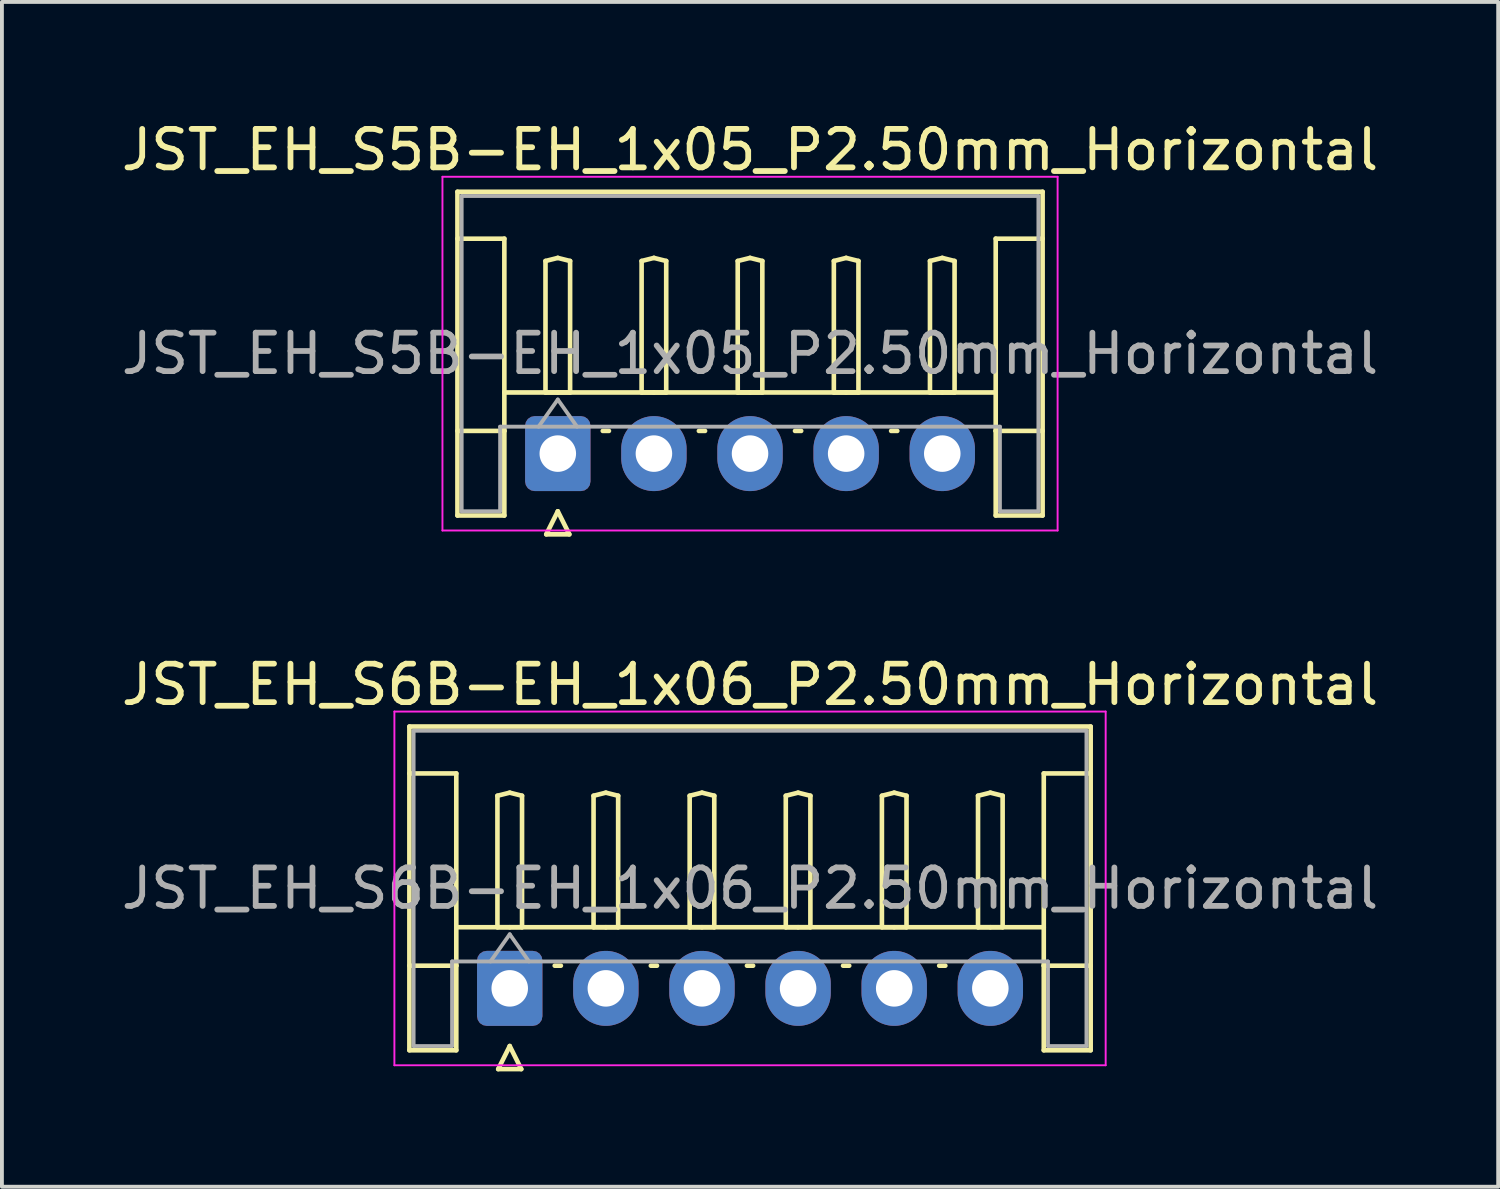
<source format=kicad_pcb>
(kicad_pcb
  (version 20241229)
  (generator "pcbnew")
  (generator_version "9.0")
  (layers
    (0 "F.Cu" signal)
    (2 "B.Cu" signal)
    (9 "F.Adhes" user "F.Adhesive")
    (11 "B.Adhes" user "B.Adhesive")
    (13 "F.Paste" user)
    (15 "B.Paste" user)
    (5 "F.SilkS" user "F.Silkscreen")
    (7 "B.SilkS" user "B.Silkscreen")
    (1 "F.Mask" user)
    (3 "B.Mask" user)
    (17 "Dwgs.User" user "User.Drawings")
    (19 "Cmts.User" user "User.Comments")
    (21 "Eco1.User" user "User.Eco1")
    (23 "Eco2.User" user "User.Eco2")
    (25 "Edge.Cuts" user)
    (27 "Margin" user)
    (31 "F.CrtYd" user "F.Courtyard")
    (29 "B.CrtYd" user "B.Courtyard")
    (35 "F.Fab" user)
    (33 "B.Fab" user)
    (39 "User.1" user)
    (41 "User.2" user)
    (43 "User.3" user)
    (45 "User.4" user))
  (footprint "JST_EH_S6B-EH_1x06_P2.50mm_Horizontal"
    (layer "F.Cu")
    (at 10.208 22.657)
    (property "Reference" "JST_EH_S6B-EH_1x06_P2.50mm_Horizontal" (at 6.25 -7.9 0) (layer "F.SilkS") (effects (font (size 1 1) (thickness 0.15))))
    (attr through_hole)
    (fp_line (start -2.61 -6.81) (end 15.11 -6.81) (stroke (width 0.12) (type solid)) (layer "F.SilkS"))
    (fp_line (start -2.61 -5.59) (end -1.39 -5.59) (stroke (width 0.12) (type solid)) (layer "F.SilkS"))
    (fp_line (start -2.61 1.61) (end -2.61 -6.81) (stroke (width 0.12) (type solid)) (layer "F.SilkS"))
    (fp_line (start -1.39 -5.59) (end -1.39 -0.59) (stroke (width 0.12) (type solid)) (layer "F.SilkS"))
    (fp_line (start -1.39 -1.59) (end 13.89 -1.59) (stroke (width 0.12) (type solid)) (layer "F.SilkS"))
    (fp_line (start -1.39 -0.59) (end -2.61 -0.59) (stroke (width 0.12) (type solid)) (layer "F.SilkS"))
    (fp_line (start -1.39 -0.59) (end -1.39 1.61) (stroke (width 0.12) (type solid)) (layer "F.SilkS"))
    (fp_line (start -1.39 1.61) (end -2.61 1.61) (stroke (width 0.12) (type solid)) (layer "F.SilkS"))
    (fp_line (start -0.32 -5.01) (end 0 -5.09) (stroke (width 0.12) (type solid)) (layer "F.SilkS"))
    (fp_line (start -0.32 -1.59) (end -0.32 -5.01) (stroke (width 0.12) (type solid)) (layer "F.SilkS"))
    (fp_line (start -0.3 2.1) (end 0.3 2.1) (stroke (width 0.12) (type solid)) (layer "F.SilkS"))
    (fp_line (start 0 -5.09) (end 0.32 -5.01) (stroke (width 0.12) (type solid)) (layer "F.SilkS"))
    (fp_line (start 0 -1.59) (end -0.32 -1.59) (stroke (width 0.12) (type solid)) (layer "F.SilkS"))
    (fp_line (start 0 1.5) (end -0.3 2.1) (stroke (width 0.12) (type solid)) (layer "F.SilkS"))
    (fp_line (start 0.3 2.1) (end 0 1.5) (stroke (width 0.12) (type solid)) (layer "F.SilkS"))
    (fp_line (start 0.32 -5.01) (end 0.32 -1.59) (stroke (width 0.12) (type solid)) (layer "F.SilkS"))
    (fp_line (start 0.32 -1.59) (end 0 -1.59) (stroke (width 0.12) (type solid)) (layer "F.SilkS"))
    (fp_line (start 1.17 -0.59) (end 1.33 -0.59) (stroke (width 0.12) (type solid)) (layer "F.SilkS"))
    (fp_line (start 2.18 -5.01) (end 2.5 -5.09) (stroke (width 0.12) (type solid)) (layer "F.SilkS"))
    (fp_line (start 2.18 -1.59) (end 2.18 -5.01) (stroke (width 0.12) (type solid)) (layer "F.SilkS"))
    (fp_line (start 2.5 -5.09) (end 2.82 -5.01) (stroke (width 0.12) (type solid)) (layer "F.SilkS"))
    (fp_line (start 2.5 -1.59) (end 2.18 -1.59) (stroke (width 0.12) (type solid)) (layer "F.SilkS"))
    (fp_line (start 2.82 -5.01) (end 2.82 -1.59) (stroke (width 0.12) (type solid)) (layer "F.SilkS"))
    (fp_line (start 2.82 -1.59) (end 2.5 -1.59) (stroke (width 0.12) (type solid)) (layer "F.SilkS"))
    (fp_line (start 3.67 -0.59) (end 3.83 -0.59) (stroke (width 0.12) (type solid)) (layer "F.SilkS"))
    (fp_line (start 4.68 -5.01) (end 5 -5.09) (stroke (width 0.12) (type solid)) (layer "F.SilkS"))
    (fp_line (start 4.68 -1.59) (end 4.68 -5.01) (stroke (width 0.12) (type solid)) (layer "F.SilkS"))
    (fp_line (start 5 -5.09) (end 5.32 -5.01) (stroke (width 0.12) (type solid)) (layer "F.SilkS"))
    (fp_line (start 5 -1.59) (end 4.68 -1.59) (stroke (width 0.12) (type solid)) (layer "F.SilkS"))
    (fp_line (start 5.32 -5.01) (end 5.32 -1.59) (stroke (width 0.12) (type solid)) (layer "F.SilkS"))
    (fp_line (start 5.32 -1.59) (end 5 -1.59) (stroke (width 0.12) (type solid)) (layer "F.SilkS"))
    (fp_line (start 6.17 -0.59) (end 6.33 -0.59) (stroke (width 0.12) (type solid)) (layer "F.SilkS"))
    (fp_line (start 7.18 -5.01) (end 7.5 -5.09) (stroke (width 0.12) (type solid)) (layer "F.SilkS"))
    (fp_line (start 7.18 -1.59) (end 7.18 -5.01) (stroke (width 0.12) (type solid)) (layer "F.SilkS"))
    (fp_line (start 7.5 -5.09) (end 7.82 -5.01) (stroke (width 0.12) (type solid)) (layer "F.SilkS"))
    (fp_line (start 7.5 -1.59) (end 7.18 -1.59) (stroke (width 0.12) (type solid)) (layer "F.SilkS"))
    (fp_line (start 7.82 -5.01) (end 7.82 -1.59) (stroke (width 0.12) (type solid)) (layer "F.SilkS"))
    (fp_line (start 7.82 -1.59) (end 7.5 -1.59) (stroke (width 0.12) (type solid)) (layer "F.SilkS"))
    (fp_line (start 8.67 -0.59) (end 8.83 -0.59) (stroke (width 0.12) (type solid)) (layer "F.SilkS"))
    (fp_line (start 9.68 -5.01) (end 10 -5.09) (stroke (width 0.12) (type solid)) (layer "F.SilkS"))
    (fp_line (start 9.68 -1.59) (end 9.68 -5.01) (stroke (width 0.12) (type solid)) (layer "F.SilkS"))
    (fp_line (start 10 -5.09) (end 10.32 -5.01) (stroke (width 0.12) (type solid)) (layer "F.SilkS"))
    (fp_line (start 10 -1.59) (end 9.68 -1.59) (stroke (width 0.12) (type solid)) (layer "F.SilkS"))
    (fp_line (start 10.32 -5.01) (end 10.32 -1.59) (stroke (width 0.12) (type solid)) (layer "F.SilkS"))
    (fp_line (start 10.32 -1.59) (end 10 -1.59) (stroke (width 0.12) (type solid)) (layer "F.SilkS"))
    (fp_line (start 11.17 -0.59) (end 11.33 -0.59) (stroke (width 0.12) (type solid)) (layer "F.SilkS"))
    (fp_line (start 12.18 -5.01) (end 12.5 -5.09) (stroke (width 0.12) (type solid)) (layer "F.SilkS"))
    (fp_line (start 12.18 -1.59) (end 12.18 -5.01) (stroke (width 0.12) (type solid)) (layer "F.SilkS"))
    (fp_line (start 12.5 -5.09) (end 12.82 -5.01) (stroke (width 0.12) (type solid)) (layer "F.SilkS"))
    (fp_line (start 12.5 -1.59) (end 12.18 -1.59) (stroke (width 0.12) (type solid)) (layer "F.SilkS"))
    (fp_line (start 12.82 -5.01) (end 12.82 -1.59) (stroke (width 0.12) (type solid)) (layer "F.SilkS"))
    (fp_line (start 12.82 -1.59) (end 12.5 -1.59) (stroke (width 0.12) (type solid)) (layer "F.SilkS"))
    (fp_line (start 13.89 -5.59) (end 13.89 -0.59) (stroke (width 0.12) (type solid)) (layer "F.SilkS"))
    (fp_line (start 13.89 -0.59) (end 15.11 -0.59) (stroke (width 0.12) (type solid)) (layer "F.SilkS"))
    (fp_line (start 13.89 1.61) (end 13.89 -0.59) (stroke (width 0.12) (type solid)) (layer "F.SilkS"))
    (fp_line (start 15.11 -6.81) (end 15.11 1.61) (stroke (width 0.12) (type solid)) (layer "F.SilkS"))
    (fp_line (start 15.11 -5.59) (end 13.89 -5.59) (stroke (width 0.12) (type solid)) (layer "F.SilkS"))
    (fp_line (start 15.11 1.61) (end 13.89 1.61) (stroke (width 0.12) (type solid)) (layer "F.SilkS"))
    (fp_line (start -3 -7.2) (end -3 2) (stroke (width 0.05) (type solid)) (layer "F.CrtYd"))
    (fp_line (start -3 2) (end 15.5 2) (stroke (width 0.05) (type solid)) (layer "F.CrtYd"))
    (fp_line (start 15.5 -7.2) (end -3 -7.2) (stroke (width 0.05) (type solid)) (layer "F.CrtYd"))
    (fp_line (start 15.5 2) (end 15.5 -7.2) (stroke (width 0.05) (type solid)) (layer "F.CrtYd"))
    (fp_line (start -2.5 -6.7) (end 15 -6.7) (stroke (width 0.1) (type solid)) (layer "F.Fab"))
    (fp_line (start -2.5 1.5) (end -2.5 -6.7) (stroke (width 0.1) (type solid)) (layer "F.Fab"))
    (fp_line (start -1.5 -0.7) (end -1.5 1.5) (stroke (width 0.1) (type solid)) (layer "F.Fab"))
    (fp_line (start -1.5 1.5) (end -2.5 1.5) (stroke (width 0.1) (type solid)) (layer "F.Fab"))
    (fp_line (start -0.5 -0.7) (end 0 -1.407) (stroke (width 0.1) (type solid)) (layer "F.Fab"))
    (fp_line (start 0 -1.407) (end 0.5 -0.7) (stroke (width 0.1) (type solid)) (layer "F.Fab"))
    (fp_line (start 14 -0.7) (end -1.5 -0.7) (stroke (width 0.1) (type solid)) (layer "F.Fab"))
    (fp_line (start 14 1.5) (end 14 -0.7) (stroke (width 0.1) (type solid)) (layer "F.Fab"))
    (fp_line (start 15 -6.7) (end 15 1.5) (stroke (width 0.1) (type solid)) (layer "F.Fab"))
    (fp_line (start 15 1.5) (end 14 1.5) (stroke (width 0.1) (type solid)) (layer "F.Fab"))
    (fp_text user "${REFERENCE}" (at 6.25 -2.6 0) (layer "F.Fab") (effects (font (size 1 1) (thickness 0.15))))
    (pad "1" thru_hole roundrect (at 0 0) (size 1.7 1.95) (drill 0.95) (layers "*.Cu" "*.Mask") (roundrect_rratio 0.147))
    (pad "2" thru_hole oval (at 2.5 0) (size 1.7 1.95) (drill 0.95) (layers "*.Cu" "*.Mask"))
    (pad "3" thru_hole oval (at 5 0) (size 1.7 1.95) (drill 0.95) (layers "*.Cu" "*.Mask"))
    (pad "4" thru_hole oval (at 7.5 0) (size 1.7 1.95) (drill 0.95) (layers "*.Cu" "*.Mask"))
    (pad "5" thru_hole oval (at 10 0) (size 1.7 1.95) (drill 0.95) (layers "*.Cu" "*.Mask"))
    (pad "6" thru_hole oval (at 12.5 0) (size 1.7 1.95) (drill 0.95) (layers "*.Cu" "*.Mask")))
  (footprint "JST_EH_S5B-EH_1x05_P2.50mm_Horizontal"
    (layer "F.Cu")
    (at 11.458 8.748)
    (property "Reference" "JST_EH_S5B-EH_1x05_P2.50mm_Horizontal" (at 5 -7.9 0) (layer "F.SilkS") (effects (font (size 1 1) (thickness 0.15))))
    (attr through_hole)
    (fp_line (start -2.61 -6.81) (end 12.61 -6.81) (stroke (width 0.12) (type solid)) (layer "F.SilkS"))
    (fp_line (start -2.61 -5.59) (end -1.39 -5.59) (stroke (width 0.12) (type solid)) (layer "F.SilkS"))
    (fp_line (start -2.61 1.61) (end -2.61 -6.81) (stroke (width 0.12) (type solid)) (layer "F.SilkS"))
    (fp_line (start -1.39 -5.59) (end -1.39 -0.59) (stroke (width 0.12) (type solid)) (layer "F.SilkS"))
    (fp_line (start -1.39 -1.59) (end 11.39 -1.59) (stroke (width 0.12) (type solid)) (layer "F.SilkS"))
    (fp_line (start -1.39 -0.59) (end -2.61 -0.59) (stroke (width 0.12) (type solid)) (layer "F.SilkS"))
    (fp_line (start -1.39 -0.59) (end -1.39 1.61) (stroke (width 0.12) (type solid)) (layer "F.SilkS"))
    (fp_line (start -1.39 1.61) (end -2.61 1.61) (stroke (width 0.12) (type solid)) (layer "F.SilkS"))
    (fp_line (start -0.32 -5.01) (end 0 -5.09) (stroke (width 0.12) (type solid)) (layer "F.SilkS"))
    (fp_line (start -0.32 -1.59) (end -0.32 -5.01) (stroke (width 0.12) (type solid)) (layer "F.SilkS"))
    (fp_line (start -0.3 2.1) (end 0.3 2.1) (stroke (width 0.12) (type solid)) (layer "F.SilkS"))
    (fp_line (start 0 -5.09) (end 0.32 -5.01) (stroke (width 0.12) (type solid)) (layer "F.SilkS"))
    (fp_line (start 0 -1.59) (end -0.32 -1.59) (stroke (width 0.12) (type solid)) (layer "F.SilkS"))
    (fp_line (start 0 1.5) (end -0.3 2.1) (stroke (width 0.12) (type solid)) (layer "F.SilkS"))
    (fp_line (start 0.3 2.1) (end 0 1.5) (stroke (width 0.12) (type solid)) (layer "F.SilkS"))
    (fp_line (start 0.32 -5.01) (end 0.32 -1.59) (stroke (width 0.12) (type solid)) (layer "F.SilkS"))
    (fp_line (start 0.32 -1.59) (end 0 -1.59) (stroke (width 0.12) (type solid)) (layer "F.SilkS"))
    (fp_line (start 1.17 -0.59) (end 1.33 -0.59) (stroke (width 0.12) (type solid)) (layer "F.SilkS"))
    (fp_line (start 2.18 -5.01) (end 2.5 -5.09) (stroke (width 0.12) (type solid)) (layer "F.SilkS"))
    (fp_line (start 2.18 -1.59) (end 2.18 -5.01) (stroke (width 0.12) (type solid)) (layer "F.SilkS"))
    (fp_line (start 2.5 -5.09) (end 2.82 -5.01) (stroke (width 0.12) (type solid)) (layer "F.SilkS"))
    (fp_line (start 2.5 -1.59) (end 2.18 -1.59) (stroke (width 0.12) (type solid)) (layer "F.SilkS"))
    (fp_line (start 2.82 -5.01) (end 2.82 -1.59) (stroke (width 0.12) (type solid)) (layer "F.SilkS"))
    (fp_line (start 2.82 -1.59) (end 2.5 -1.59) (stroke (width 0.12) (type solid)) (layer "F.SilkS"))
    (fp_line (start 3.67 -0.59) (end 3.83 -0.59) (stroke (width 0.12) (type solid)) (layer "F.SilkS"))
    (fp_line (start 4.68 -5.01) (end 5 -5.09) (stroke (width 0.12) (type solid)) (layer "F.SilkS"))
    (fp_line (start 4.68 -1.59) (end 4.68 -5.01) (stroke (width 0.12) (type solid)) (layer "F.SilkS"))
    (fp_line (start 5 -5.09) (end 5.32 -5.01) (stroke (width 0.12) (type solid)) (layer "F.SilkS"))
    (fp_line (start 5 -1.59) (end 4.68 -1.59) (stroke (width 0.12) (type solid)) (layer "F.SilkS"))
    (fp_line (start 5.32 -5.01) (end 5.32 -1.59) (stroke (width 0.12) (type solid)) (layer "F.SilkS"))
    (fp_line (start 5.32 -1.59) (end 5 -1.59) (stroke (width 0.12) (type solid)) (layer "F.SilkS"))
    (fp_line (start 6.17 -0.59) (end 6.33 -0.59) (stroke (width 0.12) (type solid)) (layer "F.SilkS"))
    (fp_line (start 7.18 -5.01) (end 7.5 -5.09) (stroke (width 0.12) (type solid)) (layer "F.SilkS"))
    (fp_line (start 7.18 -1.59) (end 7.18 -5.01) (stroke (width 0.12) (type solid)) (layer "F.SilkS"))
    (fp_line (start 7.5 -5.09) (end 7.82 -5.01) (stroke (width 0.12) (type solid)) (layer "F.SilkS"))
    (fp_line (start 7.5 -1.59) (end 7.18 -1.59) (stroke (width 0.12) (type solid)) (layer "F.SilkS"))
    (fp_line (start 7.82 -5.01) (end 7.82 -1.59) (stroke (width 0.12) (type solid)) (layer "F.SilkS"))
    (fp_line (start 7.82 -1.59) (end 7.5 -1.59) (stroke (width 0.12) (type solid)) (layer "F.SilkS"))
    (fp_line (start 8.67 -0.59) (end 8.83 -0.59) (stroke (width 0.12) (type solid)) (layer "F.SilkS"))
    (fp_line (start 9.68 -5.01) (end 10 -5.09) (stroke (width 0.12) (type solid)) (layer "F.SilkS"))
    (fp_line (start 9.68 -1.59) (end 9.68 -5.01) (stroke (width 0.12) (type solid)) (layer "F.SilkS"))
    (fp_line (start 10 -5.09) (end 10.32 -5.01) (stroke (width 0.12) (type solid)) (layer "F.SilkS"))
    (fp_line (start 10 -1.59) (end 9.68 -1.59) (stroke (width 0.12) (type solid)) (layer "F.SilkS"))
    (fp_line (start 10.32 -5.01) (end 10.32 -1.59) (stroke (width 0.12) (type solid)) (layer "F.SilkS"))
    (fp_line (start 10.32 -1.59) (end 10 -1.59) (stroke (width 0.12) (type solid)) (layer "F.SilkS"))
    (fp_line (start 11.39 -5.59) (end 11.39 -0.59) (stroke (width 0.12) (type solid)) (layer "F.SilkS"))
    (fp_line (start 11.39 -0.59) (end 12.61 -0.59) (stroke (width 0.12) (type solid)) (layer "F.SilkS"))
    (fp_line (start 11.39 1.61) (end 11.39 -0.59) (stroke (width 0.12) (type solid)) (layer "F.SilkS"))
    (fp_line (start 12.61 -6.81) (end 12.61 1.61) (stroke (width 0.12) (type solid)) (layer "F.SilkS"))
    (fp_line (start 12.61 -5.59) (end 11.39 -5.59) (stroke (width 0.12) (type solid)) (layer "F.SilkS"))
    (fp_line (start 12.61 1.61) (end 11.39 1.61) (stroke (width 0.12) (type solid)) (layer "F.SilkS"))
    (fp_line (start -3 -7.2) (end -3 2) (stroke (width 0.05) (type solid)) (layer "F.CrtYd"))
    (fp_line (start -3 2) (end 13 2) (stroke (width 0.05) (type solid)) (layer "F.CrtYd"))
    (fp_line (start 13 -7.2) (end -3 -7.2) (stroke (width 0.05) (type solid)) (layer "F.CrtYd"))
    (fp_line (start 13 2) (end 13 -7.2) (stroke (width 0.05) (type solid)) (layer "F.CrtYd"))
    (fp_line (start -2.5 -6.7) (end 12.5 -6.7) (stroke (width 0.1) (type solid)) (layer "F.Fab"))
    (fp_line (start -2.5 1.5) (end -2.5 -6.7) (stroke (width 0.1) (type solid)) (layer "F.Fab"))
    (fp_line (start -1.5 -0.7) (end -1.5 1.5) (stroke (width 0.1) (type solid)) (layer "F.Fab"))
    (fp_line (start -1.5 1.5) (end -2.5 1.5) (stroke (width 0.1) (type solid)) (layer "F.Fab"))
    (fp_line (start -0.5 -0.7) (end 0 -1.407) (stroke (width 0.1) (type solid)) (layer "F.Fab"))
    (fp_line (start 0 -1.407) (end 0.5 -0.7) (stroke (width 0.1) (type solid)) (layer "F.Fab"))
    (fp_line (start 11.5 -0.7) (end -1.5 -0.7) (stroke (width 0.1) (type solid)) (layer "F.Fab"))
    (fp_line (start 11.5 1.5) (end 11.5 -0.7) (stroke (width 0.1) (type solid)) (layer "F.Fab"))
    (fp_line (start 12.5 -6.7) (end 12.5 1.5) (stroke (width 0.1) (type solid)) (layer "F.Fab"))
    (fp_line (start 12.5 1.5) (end 11.5 1.5) (stroke (width 0.1) (type solid)) (layer "F.Fab"))
    (fp_text user "${REFERENCE}" (at 5 -2.6 0) (layer "F.Fab") (effects (font (size 1 1) (thickness 0.15))))
    (pad "1" thru_hole roundrect (at 0 0) (size 1.7 1.95) (drill 0.95) (layers "*.Cu" "*.Mask") (roundrect_rratio 0.147))
    (pad "2" thru_hole oval (at 2.5 0) (size 1.7 1.95) (drill 0.95) (layers "*.Cu" "*.Mask"))
    (pad "3" thru_hole oval (at 5 0) (size 1.7 1.95) (drill 0.95) (layers "*.Cu" "*.Mask"))
    (pad "4" thru_hole oval (at 7.5 0) (size 1.7 1.95) (drill 0.95) (layers "*.Cu" "*.Mask"))
    (pad "5" thru_hole oval (at 10 0) (size 1.7 1.95) (drill 0.95) (layers "*.Cu" "*.Mask")))
  (gr_rect
    (start -3 -3)
    (end 35.917 27.817)
    (stroke (width 0.1) (type default))
    (fill no)
    (layer "Edge.Cuts")))
</source>
